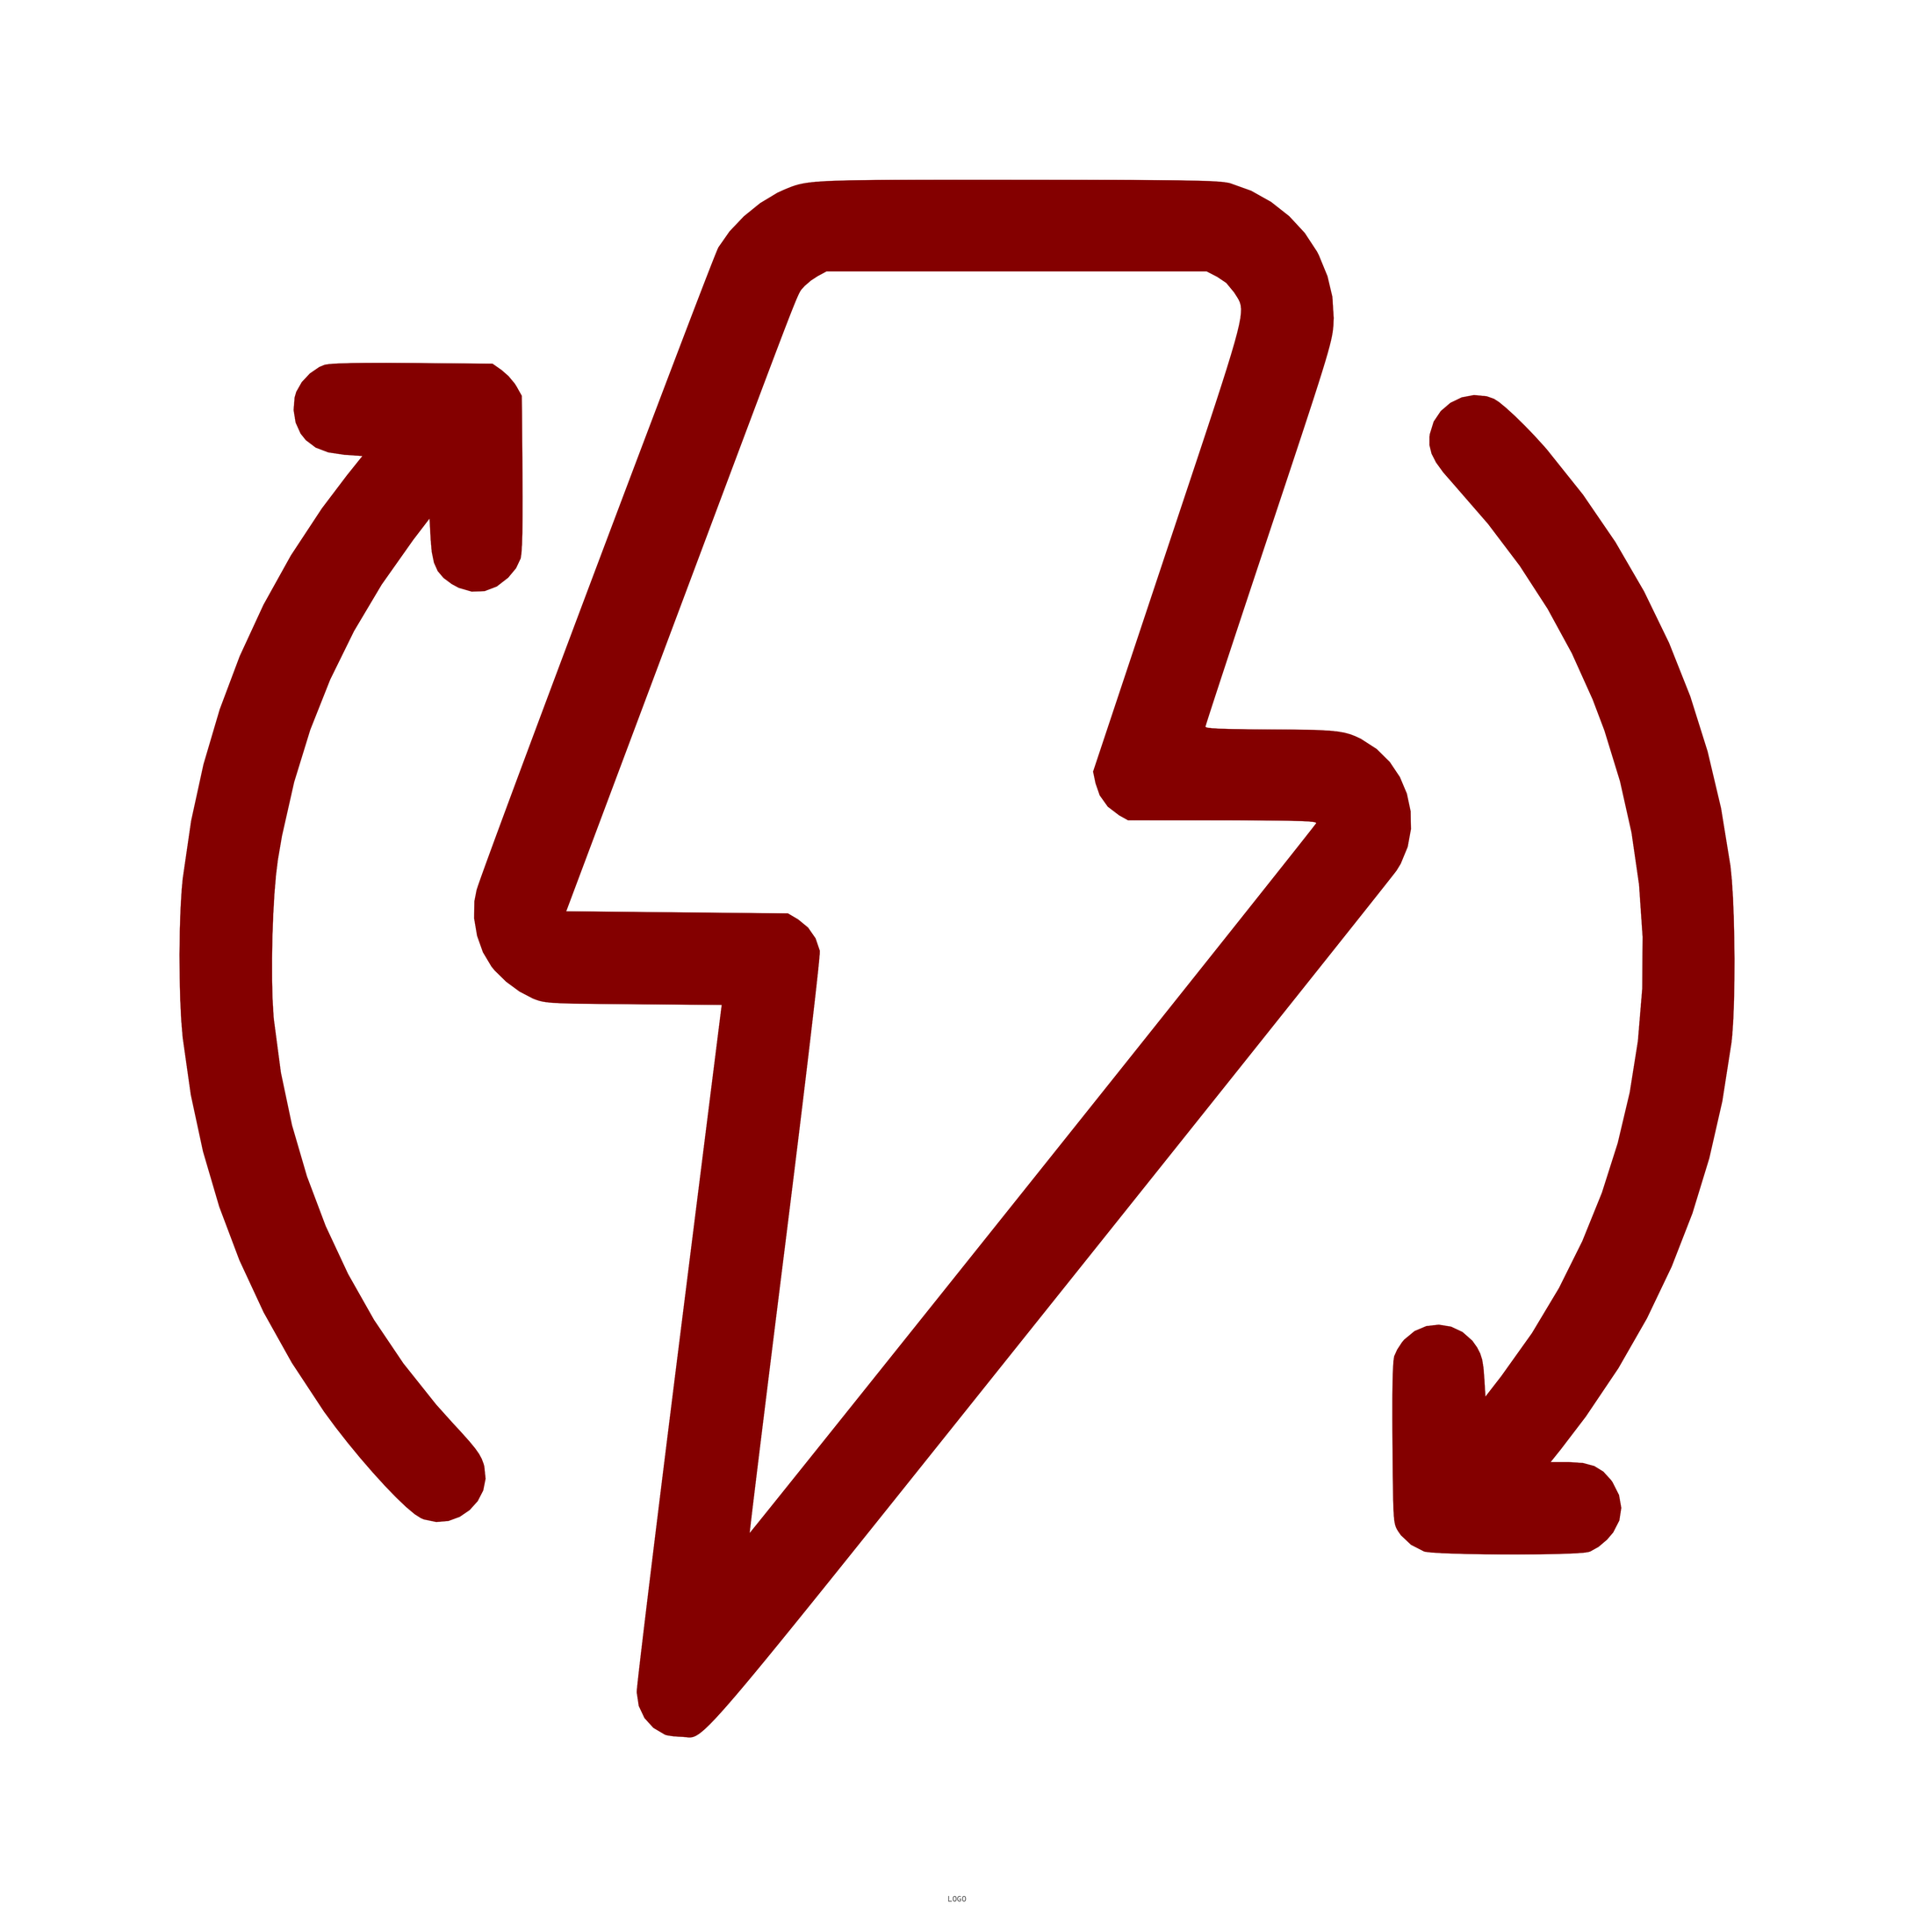
<source format=kicad_sym>
(kicad_symbol_lib
  (version 20220914)
  (generator bitmap2component)
  (symbol "LOGO"
    (pin_names
      (offset 1.016))
    (property "Reference" "#G"
      (at 0 182.531 0)
      (effects (font (size 1.27 1.27)) hide))
    (symbol "LOGO_0_0"
      (polyline (pts (xy -36.62 -137.431) (xy -36.276 -137.341) (xy -35.892 -137.171) (xy -35.448 -136.899) (xy -34.93 -136.506) (xy -34.319 -135.973) (xy -33.599 -135.278) (xy -32.753 -134.403) (xy -31.764 -133.328) (xy -30.615 -132.032) (xy -29.289 -130.496) (xy -27.769 -128.701) (xy -26.038 -126.625) (xy -24.079 -124.25) (xy -21.876 -121.555) (xy -19.411 -118.521) (xy -16.667 -115.128) (xy -13.627 -111.356) (xy -10.275 -107.184) (xy -6.594 -102.594) (xy -2.566 -97.566) (xy 1.826 -92.078) (xy 6.598 -86.113) (xy 11.767 -79.649) (xy 17.351 -72.668) (xy 23.366 -65.148) (xy 25.604 -62.351) (xy 30.567 -56.146) (xy 35.41 -50.088) (xy 40.114 -44.203) (xy 44.66 -38.515) (xy 49.028 -33.047) (xy 53.2 -27.824) (xy 57.155 -22.87) (xy 60.874 -18.208) (xy 64.34 -13.864) (xy 67.531 -9.861) (xy 70.429 -6.224) (xy 73.015 -2.976) (xy 75.269 -0.142) (xy 77.172 2.255) (xy 78.705 4.189) (xy 79.848 5.637) (xy 80.583 6.575) (xy 80.89 6.979) (xy 81.571 8.096) (xy 82.735 10.91) (xy 83.276 13.86) (xy 83.222 16.847) (xy 82.598 19.773) (xy 81.432 22.539) (xy 79.751 25.047) (xy 77.579 27.199) (xy 74.946 28.897) (xy 74.064 29.315) (xy 73.185 29.654) (xy 72.227 29.918) (xy 71.1 30.118) (xy 69.712 30.262) (xy 67.972 30.36) (xy 65.79 30.421) (xy 63.075 30.456) (xy 59.735 30.472) (xy 59.516 30.473) (xy 56.171 30.493) (xy 53.507 30.532) (xy 51.491 30.591) (xy 50.092 30.67) (xy 49.276 30.772) (xy 49.011 30.897) (xy 49.017 30.927) (xy 49.176 31.461) (xy 49.543 32.615) (xy 50.101 34.342) (xy 50.836 36.594) (xy 51.73 39.322) (xy 52.77 42.48) (xy 53.938 46.02) (xy 55.22 49.893) (xy 56.599 54.052) (xy 58.06 58.449) (xy 59.587 63.037) (xy 60.534 65.879) (xy 62.218 70.939) (xy 63.694 75.387) (xy 64.978 79.269) (xy 66.083 82.63) (xy 67.023 85.513) (xy 67.811 87.964) (xy 68.461 90.027) (xy 68.987 91.747) (xy 69.403 93.168) (xy 69.723 94.335) (xy 69.96 95.293) (xy 70.127 96.086) (xy 70.24 96.759) (xy 70.312 97.357) (xy 70.355 97.923) (xy 70.399 99.029) (xy 70.178 102.545) (xy 69.367 105.966) (xy 67.928 109.47) (xy 67.616 110.079) (xy 65.575 113.185) (xy 62.988 115.972) (xy 59.972 118.344) (xy 56.646 120.208) (xy 53.125 121.467) (xy 53.026 121.492) (xy 52.557 121.585) (xy 51.95 121.666) (xy 51.159 121.737) (xy 50.142 121.799) (xy 48.852 121.851) (xy 47.246 121.895) (xy 45.28 121.932) (xy 42.909 121.962) (xy 40.089 121.986) (xy 36.775 122.004) (xy 32.923 122.017) (xy 28.489 122.027) (xy 23.428 122.033) (xy 17.696 122.037) (xy 15.504 122.038) (xy 9.986 122.04) (xy 5.12 122.039) (xy 0.859 122.034) (xy -2.843 122.022) (xy -6.033 122.002) (xy -8.757 121.971) (xy -11.061 121.927) (xy -12.993 121.869) (xy -14.599 121.794) (xy -15.925 121.701) (xy -17.017 121.588) (xy -17.923 121.451) (xy -18.689 121.29) (xy -19.361 121.103) (xy -19.986 120.887) (xy -20.61 120.64) (xy -21.281 120.361) (xy -22.338 119.875) (xy -25.212 118.144) (xy -27.931 115.942) (xy -30.31 113.434) (xy -32.162 110.784) (xy -32.319 110.441) (xy -32.731 109.435) (xy -33.363 107.839) (xy -34.199 105.695) (xy -35.221 103.049) (xy -36.414 99.945) (xy -37.759 96.428) (xy -39.241 92.541) (xy -40.843 88.33) (xy -42.548 83.839) (xy -44.339 79.113) (xy -46.199 74.195) (xy -48.112 69.132) (xy -50.061 63.965) (xy -52.029 58.742) (xy -54 53.505) (xy -55.956 48.3) (xy -57.881 43.17) (xy -59.759 38.161) (xy -61.572 33.317) (xy -63.303 28.683) (xy -64.937 24.302) (xy -66.456 20.219) (xy -67.843 16.479) (xy -69.082 13.127) (xy -70.156 10.206) (xy -71.048 7.762) (xy -71.742 5.838) (xy -72.22 4.48) (xy -72.466 3.731) (xy -72.842 1.817) (xy -72.862 0.179) (xy -57.53 0.179) (xy -39.493 48.296) (xy -37.848 52.685) (xy -35.338 59.38) (xy -33.061 65.455) (xy -31.005 70.94) (xy -29.157 75.866) (xy -27.506 80.264) (xy -26.041 84.165) (xy -24.749 87.599) (xy -23.618 90.596) (xy -22.637 93.189) (xy -21.794 95.406) (xy -21.077 97.281) (xy -20.474 98.841) (xy -19.973 100.12) (xy -19.562 101.146) (xy -19.231 101.952) (xy -18.966 102.567) (xy -18.756 103.023) (xy -18.59 103.351) (xy -18.454 103.58) (xy -18.338 103.742) (xy -18.23 103.867) (xy -18.118 103.986) (xy -17.989 104.13) (xy -17.775 104.365) (xy -16.75 105.251) (xy -15.606 105.998) (xy -14.131 106.787) (xy 17.539 106.787) (xy 49.209 106.787) (xy 50.985 105.873) (xy 52.497 104.858) (xy 53.801 103.278) (xy 54.02 102.933) (xy 54.309 102.488) (xy 54.557 102.068) (xy 54.755 101.633) (xy 54.892 101.145) (xy 54.958 100.563) (xy 54.943 99.85) (xy 54.837 98.966) (xy 54.63 97.872) (xy 54.31 96.528) (xy 53.869 94.897) (xy 53.296 92.937) (xy 52.581 90.611) (xy 51.713 87.879) (xy 50.683 84.703) (xy 49.48 81.042) (xy 48.094 76.858) (xy 46.514 72.112) (xy 44.732 66.765) (xy 42.736 60.777) (xy 30.296 23.443) (xy 30.706 21.487) (xy 31.398 19.492) (xy 32.739 17.61) (xy 34.637 16.165) (xy 36.119 15.337) (xy 51.891 15.324) (xy 55.096 15.319) (xy 58.463 15.306) (xy 61.207 15.283) (xy 63.381 15.249) (xy 65.035 15.203) (xy 66.222 15.142) (xy 66.992 15.067) (xy 67.398 14.974) (xy 67.491 14.863) (xy 67.315 14.623) (xy 66.711 13.845) (xy 65.699 12.558) (xy 64.3 10.786) (xy 62.533 8.556) (xy 60.42 5.894) (xy 57.981 2.825) (xy 55.237 -0.625) (xy 52.21 -4.428) (xy 48.918 -8.56) (xy 45.384 -12.994) (xy 41.628 -17.704) (xy 37.671 -22.664) (xy 33.533 -27.849) (xy 29.235 -33.231) (xy 24.798 -38.786) (xy 20.242 -44.487) (xy 16.29 -49.432) (xy 11.839 -54.999) (xy 7.525 -60.394) (xy 3.368 -65.591) (xy -0.611 -70.563) (xy -4.391 -75.286) (xy -7.951 -79.734) (xy -11.271 -83.88) (xy -14.331 -87.7) (xy -17.109 -91.166) (xy -19.586 -94.254) (xy -21.739 -96.938) (xy -23.55 -99.192) (xy -24.996 -100.989) (xy -26.058 -102.305) (xy -26.714 -103.114) (xy -26.945 -103.389) (xy -26.941 -103.304) (xy -26.869 -102.623) (xy -26.714 -101.293) (xy -26.483 -99.355) (xy -26.18 -96.85) (xy -25.811 -93.819) (xy -25.38 -90.302) (xy -24.892 -86.341) (xy -24.352 -81.978) (xy -23.766 -77.251) (xy -23.139 -72.203) (xy -22.475 -66.875) (xy -21.779 -61.307) (xy -21.057 -55.54) (xy -20.963 -54.79) (xy -20.202 -48.689) (xy -19.478 -42.848) (xy -18.796 -37.303) (xy -18.16 -32.093) (xy -17.576 -27.254) (xy -17.046 -22.826) (xy -16.577 -18.843) (xy -16.171 -15.346) (xy -15.834 -12.37) (xy -15.57 -9.954) (xy -15.384 -8.136) (xy -15.279 -6.952) (xy -15.261 -6.439) (xy -15.276 -6.353) (xy -15.967 -4.332) (xy -17.219 -2.532) (xy -18.881 -1.172) (xy -20.57 -0.179) (xy -39.05 0) (xy -57.53 0.179) (xy -72.862 0.179) (xy -72.876 -1.022) (xy -72.386 -3.911) (xy -71.413 -6.647) (xy -69.994 -9.027) (xy -69.465 -9.675) (xy -67.542 -11.559) (xy -65.325 -13.189) (xy -63.086 -14.356) (xy -62.607 -14.543) (xy -62.091 -14.717) (xy -61.524 -14.858) (xy -60.833 -14.971) (xy -59.943 -15.059) (xy -58.782 -15.127) (xy -57.273 -15.179) (xy -55.346 -15.219) (xy -52.924 -15.251) (xy -49.934 -15.28) (xy -46.303 -15.31) (xy -31.61 -15.426) (xy -38.687 -71.66) (xy -39.14 -75.262) (xy -39.917 -81.463) (xy -40.667 -87.468) (xy -41.385 -93.237) (xy -42.066 -98.731) (xy -42.705 -103.91) (xy -43.297 -108.734) (xy -43.838 -113.165) (xy -44.322 -117.163) (xy -44.746 -120.688) (xy -45.103 -123.701) (xy -45.39 -126.162) (xy -45.601 -128.031) (xy -45.732 -129.27) (xy -45.778 -129.839) (xy -45.778 -129.943) (xy -45.435 -132.214) (xy -44.486 -134.224) (xy -43.005 -135.857) (xy -41.068 -137) (xy -40.655 -137.117) (xy -39.569 -137.279) (xy -38.302 -137.352) (xy -37.92 -137.372) (xy -37.572 -137.409) (xy -37.251 -137.445) (xy -36.939 -137.459) (xy -36.62 -137.431)) (stroke (width 0.01) (type default)) (fill (type outline)))
      (polyline (pts (xy 103.913 -106.956) (xy 106.478 -106.92) (xy 108.761 -106.863) (xy 110.657 -106.786) (xy 112.061 -106.687) (xy 112.869 -106.566) (xy 113.201 -106.455) (xy 114.556 -105.699) (xy 115.962 -104.51) (xy 116.988 -103.306) (xy 118.013 -101.313) (xy 118.338 -99.218) (xy 117.96 -97.071) (xy 116.873 -94.922) (xy 116.641 -94.591) (xy 115.355 -93.177) (xy 113.843 -92.248) (xy 111.962 -91.739) (xy 109.569 -91.583) (xy 106.561 -91.583) (xy 108.284 -89.433) (xy 112.42 -84.016) (xy 117.854 -75.949) (xy 122.625 -67.623) (xy 126.737 -59.024) (xy 130.197 -50.14) (xy 133.01 -40.957) (xy 135.181 -31.463) (xy 136.716 -21.644) (xy 136.851 -20.308) (xy 137.017 -17.733) (xy 137.131 -14.684) (xy 137.194 -11.306) (xy 137.207 -7.746) (xy 137.169 -4.149) (xy 137.083 -0.66) (xy 136.95 2.573) (xy 136.768 5.405) (xy 136.542 7.691) (xy 134.968 17.349) (xy 132.728 26.801) (xy 129.838 35.983) (xy 126.307 44.874) (xy 122.143 53.452) (xy 117.356 61.695) (xy 111.957 69.583) (xy 105.954 77.094) (xy 105.516 77.597) (xy 103.896 79.379) (xy 102.228 81.109) (xy 100.615 82.689) (xy 99.158 84.02) (xy 97.962 85.005) (xy 97.128 85.544) (xy 95.902 85.975) (xy 93.797 86.178) (xy 91.739 85.79) (xy 89.849 84.878) (xy 88.251 83.511) (xy 87.069 81.754) (xy 86.426 79.677) (xy 86.373 79.255) (xy 86.371 77.811) (xy 86.715 76.414) (xy 87.462 74.946) (xy 88.668 73.287) (xy 90.39 71.318) (xy 96.129 64.71) (xy 101.412 57.734) (xy 106.055 50.573) (xy 110.097 43.167) (xy 113.573 35.461) (xy 115.529 30.295) (xy 118.126 21.849) (xy 120.049 13.277) (xy 121.303 4.621) (xy 121.895 -4.078) (xy 121.829 -12.776) (xy 121.112 -21.431) (xy 119.75 -30.002) (xy 117.747 -38.445) (xy 115.11 -46.718) (xy 111.844 -54.78) (xy 107.956 -62.588) (xy 103.45 -70.1) (xy 98.333 -77.273) (xy 95.697 -80.672) (xy 95.491 -77.41) (xy 95.363 -75.847) (xy 95.153 -74.527) (xy 94.82 -73.484) (xy 94.308 -72.483) (xy 93.515 -71.364) (xy 91.882 -69.921) (xy 89.973 -69.025) (xy 87.917 -68.691) (xy 85.842 -68.931) (xy 83.876 -69.76) (xy 82.147 -71.19) (xy 81.764 -71.654) (xy 80.984 -72.845) (xy 80.491 -73.942) (xy 80.476 -73.996) (xy 80.359 -74.82) (xy 80.271 -76.257) (xy 80.212 -78.327) (xy 80.181 -81.051) (xy 80.177 -84.449) (xy 80.202 -88.542) (xy 80.216 -90.155) (xy 80.245 -93.285) (xy 80.275 -95.808) (xy 80.311 -97.799) (xy 80.359 -99.332) (xy 80.422 -100.483) (xy 80.506 -101.325) (xy 80.615 -101.935) (xy 80.755 -102.386) (xy 80.929 -102.754) (xy 81.144 -103.114) (xy 81.599 -103.764) (xy 83.285 -105.358) (xy 85.46 -106.473) (xy 85.768 -106.543) (xy 86.829 -106.659) (xy 88.444 -106.758) (xy 90.509 -106.838) (xy 92.918 -106.9) (xy 95.568 -106.943) (xy 98.353 -106.967) (xy 101.17 -106.971) (xy 103.913 -106.956)) (stroke (width 0.01) (type default)) (fill (type outline)))
      (polyline (pts (xy -77.168 -101.39) (xy -75.28 -100.698) (xy -73.62 -99.568) (xy -72.283 -98.079) (xy -71.369 -96.312) (xy -70.974 -94.347) (xy -71.196 -92.264) (xy -71.324 -91.818) (xy -71.623 -91.03) (xy -72.056 -90.229) (xy -72.698 -89.316) (xy -73.622 -88.189) (xy -74.9 -86.752) (xy -76.606 -84.902) (xy -79.22 -81.99) (xy -84.672 -75.15) (xy -89.57 -67.887) (xy -93.895 -60.244) (xy -97.628 -52.262) (xy -100.751 -43.983) (xy -103.245 -35.449) (xy -105.092 -26.702) (xy -106.273 -17.783) (xy -106.315 -17.311) (xy -106.48 -14.507) (xy -106.563 -11.235) (xy -106.569 -7.664) (xy -106.502 -3.963) (xy -106.367 -0.301) (xy -106.168 3.153) (xy -105.908 6.231) (xy -105.593 8.765) (xy -104.917 12.716) (xy -102.88 21.718) (xy -100.2 30.408) (xy -96.875 38.785) (xy -92.907 46.851) (xy -88.294 54.605) (xy -83.037 62.049) (xy -80.314 65.607) (xy -80.117 62.028) (xy -79.949 60.084) (xy -79.575 58.254) (xy -78.947 56.85) (xy -77.99 55.718) (xy -76.634 54.707) (xy -75.453 54.066) (xy -73.281 53.434) (xy -71.15 53.509) (xy -69.108 54.286) (xy -67.205 55.757) (xy -65.894 57.334) (xy -65.131 58.95) (xy -65.118 59) (xy -64.996 59.848) (xy -64.904 61.27) (xy -64.841 63.294) (xy -64.807 65.948) (xy -64.802 69.261) (xy -64.825 73.26) (xy -64.931 86.038) (xy -65.825 87.632) (xy -66.125 88.103) (xy -67.142 89.322) (xy -68.27 90.315) (xy -69.821 91.404) (xy -83.117 91.515) (xy -83.392 91.517) (xy -87.475 91.539) (xy -90.861 91.533) (xy -93.567 91.499) (xy -95.611 91.436) (xy -97.008 91.345) (xy -97.776 91.225) (xy -98.678 90.86) (xy -100.254 89.781) (xy -101.611 88.332) (xy -102.523 86.728) (xy -102.8 85.792) (xy -102.973 83.689) (xy -102.633 81.586) (xy -101.809 79.758) (xy -100.935 78.667) (xy -99.294 77.427) (xy -97.19 76.627) (xy -94.547 76.233) (xy -91.508 76.021) (xy -94.09 72.801) (xy -98.261 67.293) (xy -103.426 59.454) (xy -107.993 51.242) (xy -111.951 42.685) (xy -115.288 33.812) (xy -117.994 24.651) (xy -120.055 15.23) (xy -121.461 5.578) (xy -121.642 3.587) (xy -121.828 0.383) (xy -121.943 -3.217) (xy -121.989 -7.032) (xy -121.964 -10.88) (xy -121.869 -14.58) (xy -121.704 -17.948) (xy -121.468 -20.804) (xy -120.111 -30.373) (xy -118.072 -39.836) (xy -115.368 -49.036) (xy -111.999 -57.97) (xy -107.968 -66.636) (xy -103.273 -75.033) (xy -97.917 -83.159) (xy -97.879 -83.212) (xy -95.997 -85.763) (xy -93.974 -88.347) (xy -91.881 -90.888) (xy -89.786 -93.309) (xy -87.761 -95.533) (xy -85.874 -97.484) (xy -84.196 -99.084) (xy -82.796 -100.258) (xy -81.745 -100.927) (xy -81.235 -101.138) (xy -79.186 -101.563) (xy -77.168 -101.39)) (stroke (width 0.01) (type default)) (fill (type outline))))))
</source>
